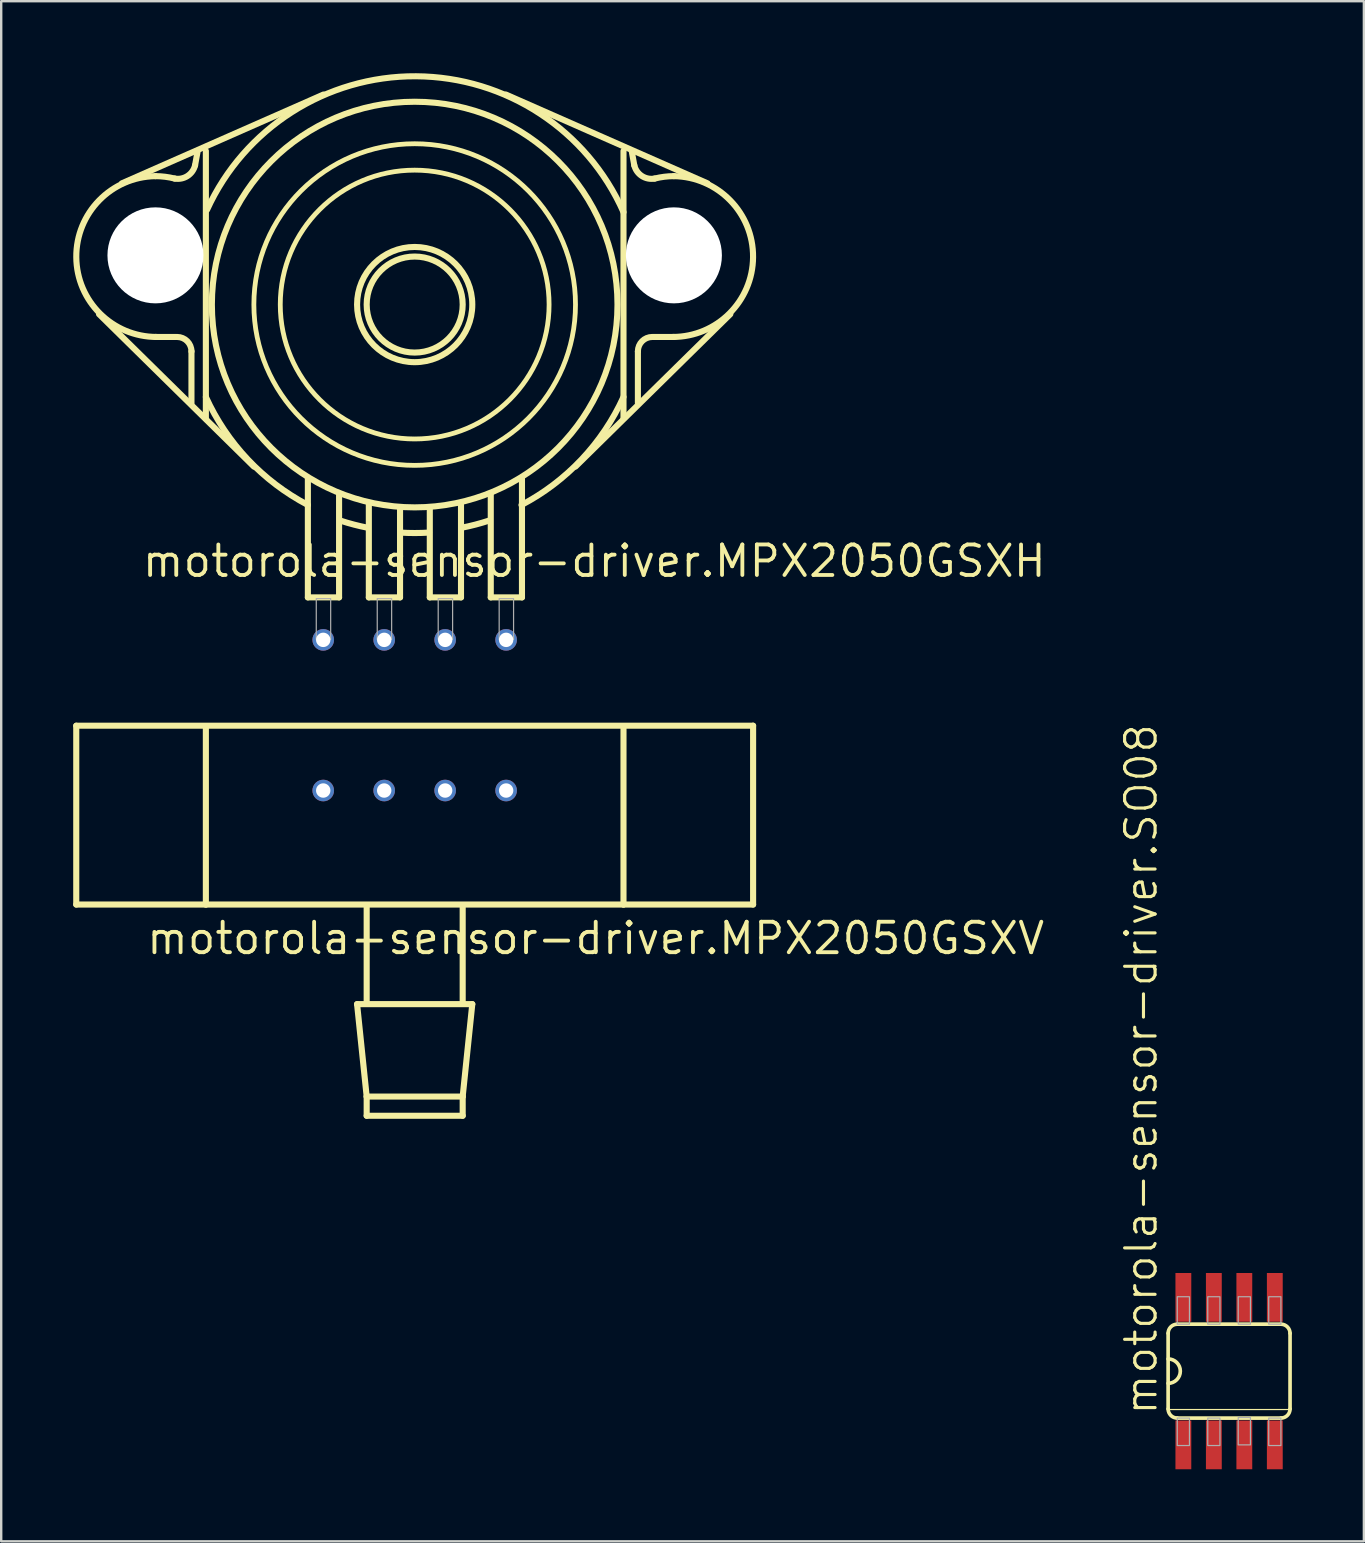
<source format=kicad_pcb>
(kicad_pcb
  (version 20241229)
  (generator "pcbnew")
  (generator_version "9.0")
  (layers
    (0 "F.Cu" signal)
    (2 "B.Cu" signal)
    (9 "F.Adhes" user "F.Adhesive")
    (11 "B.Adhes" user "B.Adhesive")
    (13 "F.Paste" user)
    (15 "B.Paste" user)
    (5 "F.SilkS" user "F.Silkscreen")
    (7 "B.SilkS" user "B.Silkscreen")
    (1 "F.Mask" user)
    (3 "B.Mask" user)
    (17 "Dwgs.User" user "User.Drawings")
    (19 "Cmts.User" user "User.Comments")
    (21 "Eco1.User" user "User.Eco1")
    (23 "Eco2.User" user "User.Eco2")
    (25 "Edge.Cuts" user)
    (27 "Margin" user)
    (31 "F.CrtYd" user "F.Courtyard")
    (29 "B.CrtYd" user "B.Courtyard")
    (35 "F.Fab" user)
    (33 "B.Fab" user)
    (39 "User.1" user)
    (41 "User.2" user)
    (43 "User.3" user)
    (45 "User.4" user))
  (footprint "motorola-sensor-driver.SO08"
    (layer "F.Cu")
    (at 48.158 54.076)
    (property "Reference" "motorola-sensor-driver.SO08" (at -2.921 1.905 90) (layer "F.SilkS") (effects (font (size 1.27 1.27) (thickness 0.13)) (justify left bottom)))
    (attr smd)
    (fp_line (start -2.54 -1.575) (end -2.54 1.575) (stroke (width 0.152) (type default)) (layer "F.SilkS"))
    (fp_line (start -2.54 1.6) (end 2.54 1.6) (stroke (width 0.051) (type default)) (layer "F.SilkS"))
    (fp_line (start -2.159 1.956) (end 2.159 1.956) (stroke (width 0.152) (type default)) (layer "F.SilkS"))
    (fp_line (start 2.159 -1.956) (end -2.159 -1.956) (stroke (width 0.152) (type default)) (layer "F.SilkS"))
    (fp_line (start 2.54 1.575) (end 2.54 -1.575) (stroke (width 0.152) (type default)) (layer "F.SilkS"))
    (fp_arc (start -2.54 -1.5748) (mid -2.428408 -1.844208) (end -2.159 -1.9558) (stroke (width 0.1524) (type default)) (layer "F.SilkS"))
    (fp_arc (start -2.54 -0.508) (mid -2.032 0) (end -2.54 0.508) (stroke (width 0.1524) (type default)) (layer "F.SilkS"))
    (fp_arc (start -2.159 1.9558) (mid -2.428408 1.844208) (end -2.54 1.5748) (stroke (width 0.1524) (type default)) (layer "F.SilkS"))
    (fp_arc (start 2.159 -1.9558) (mid 2.428408 -1.844208) (end 2.54 -1.5748) (stroke (width 0.1524) (type default)) (layer "F.SilkS"))
    (fp_arc (start 2.54 1.5748) (mid 2.428408 1.844208) (end 2.159 1.9558) (stroke (width 0.1524) (type default)) (layer "F.SilkS"))
    (fp_rect (start -2.159 -1.956) (end -1.651 -3.099) (stroke (width 0.05) (type default)) (fill no) (layer "F.Fab"))
    (fp_rect (start -2.159 3.099) (end -1.651 1.956) (stroke (width 0.05) (type default)) (fill no) (layer "F.Fab"))
    (fp_rect (start -0.889 -1.956) (end -0.381 -3.099) (stroke (width 0.05) (type default)) (fill no) (layer "F.Fab"))
    (fp_rect (start -0.889 3.099) (end -0.381 1.956) (stroke (width 0.05) (type default)) (fill no) (layer "F.Fab"))
    (fp_rect (start 0.381 -1.956) (end 0.889 -3.099) (stroke (width 0.05) (type default)) (fill no) (layer "F.Fab"))
    (fp_rect (start 0.381 3.073) (end 0.889 1.93) (stroke (width 0.05) (type default)) (fill no) (layer "F.Fab"))
    (fp_rect (start 1.651 -1.956) (end 2.159 -3.099) (stroke (width 0.05) (type default)) (fill no) (layer "F.Fab"))
    (fp_rect (start 1.651 3.099) (end 2.159 1.956) (stroke (width 0.05) (type default)) (fill no) (layer "F.Fab"))
    (pad "1" smd roundrect (at -1.905 3.073) (size 0.66 2.032) (layers "F.Cu" "F.Mask" "F.Paste") (roundrect_rratio 0.01))
    (pad "2" smd roundrect (at -0.635 3.073) (size 0.66 2.032) (layers "F.Cu" "F.Mask" "F.Paste") (roundrect_rratio 0.01))
    (pad "3" smd roundrect (at 0.635 3.073) (size 0.66 2.032) (layers "F.Cu" "F.Mask" "F.Paste") (roundrect_rratio 0.01))
    (pad "4" smd roundrect (at 1.905 3.073) (size 0.66 2.032) (layers "F.Cu" "F.Mask" "F.Paste") (roundrect_rratio 0.01))
    (pad "5" smd roundrect (at 1.905 -3.073) (size 0.66 2.032) (layers "F.Cu" "F.Mask" "F.Paste") (roundrect_rratio 0.01))
    (pad "6" smd roundrect (at 0.635 -3.073) (size 0.66 2.032) (layers "F.Cu" "F.Mask" "F.Paste") (roundrect_rratio 0.01))
    (pad "7" smd roundrect (at -0.635 -3.073) (size 0.66 2.032) (layers "F.Cu" "F.Mask" "F.Paste") (roundrect_rratio 0.01))
    (pad "8" smd roundrect (at -1.905 -3.073) (size 0.66 2.032) (layers "F.Cu" "F.Mask" "F.Paste") (roundrect_rratio 0.01)))
  (footprint "motorola-sensor-driver.MPX2050GSXV"
    (layer "F.Cu")
    (at 14.227 29.886)
    (property "Reference" "motorola-sensor-driver.MPX2050GSXV" (at -11.25 6.9 0) (layer "F.SilkS") (effects (font (size 1.27 1.27) (thickness 0.16)) (justify left bottom)))
    (attr through_hole)
    (fp_line (start -14.1 -2.7) (end 14.1 -2.7) (stroke (width 0.254) (type default)) (layer "F.SilkS"))
    (fp_line (start -14.1 4.75) (end -14.1 -2.7) (stroke (width 0.254) (type default)) (layer "F.SilkS"))
    (fp_line (start -8.7 -2.65) (end -8.7 4.75) (stroke (width 0.254) (type default)) (layer "F.SilkS"))
    (fp_line (start -8.7 4.75) (end -14.1 4.75) (stroke (width 0.254) (type default)) (layer "F.SilkS"))
    (fp_line (start -2.4 8.9) (end 2.4 8.9) (stroke (width 0.254) (type default)) (layer "F.SilkS"))
    (fp_line (start -2 4.8) (end -2 8.8) (stroke (width 0.254) (type default)) (layer "F.SilkS"))
    (fp_line (start -2 12.75) (end -2.4 8.9) (stroke (width 0.254) (type default)) (layer "F.SilkS"))
    (fp_line (start -2 12.75) (end 2 12.75) (stroke (width 0.254) (type default)) (layer "F.SilkS"))
    (fp_line (start -2 13.55) (end -2 12.75) (stroke (width 0.254) (type default)) (layer "F.SilkS"))
    (fp_line (start -2 13.55) (end 2 13.55) (stroke (width 0.254) (type default)) (layer "F.SilkS"))
    (fp_line (start 2 4.8) (end 2 8.85) (stroke (width 0.254) (type default)) (layer "F.SilkS"))
    (fp_line (start 2 12.75) (end 2.4 8.9) (stroke (width 0.254) (type default)) (layer "F.SilkS"))
    (fp_line (start 2 13.55) (end 2 12.75) (stroke (width 0.254) (type default)) (layer "F.SilkS"))
    (fp_line (start 8.7 -2.65) (end 8.7 4.75) (stroke (width 0.254) (type default)) (layer "F.SilkS"))
    (fp_line (start 8.7 4.75) (end -8.7 4.75) (stroke (width 0.254) (type default)) (layer "F.SilkS"))
    (fp_line (start 14.1 -2.7) (end 14.1 4.75) (stroke (width 0.254) (type default)) (layer "F.SilkS"))
    (fp_line (start 14.1 4.75) (end 8.7 4.75) (stroke (width 0.254) (type default)) (layer "F.SilkS"))
    (pad "1" thru_hole circle (at -3.81 0) (size 0.9 0.9) (drill 0.6) (layers "*.Cu" "*.Mask"))
    (pad "2" thru_hole circle (at -1.27 0) (size 0.9 0.9) (drill 0.6) (layers "*.Cu" "*.Mask"))
    (pad "3" thru_hole circle (at 1.27 0) (size 0.9 0.9) (drill 0.6) (layers "*.Cu" "*.Mask"))
    (pad "4" thru_hole circle (at 3.81 0) (size 0.9 0.9) (drill 0.6) (layers "*.Cu" "*.Mask")))
  (footprint "motorola-sensor-driver.MPX2050GSXH"
    (layer "F.Cu")
    (at 14.227 9.639)
    (property "Reference" "motorola-sensor-driver.MPX2050GSXH" (at -11.43 11.43 0) (layer "F.SilkS") (effects (font (size 1.27 1.27) (thickness 0.16)) (justify left bottom)))
    (attr through_hole)
    (fp_line (start -13.15 0.4) (end -6.7 6.75) (stroke (width 0.254) (type default)) (layer "F.SilkS"))
    (fp_line (start -12.2 -5.05) (end -3.8 -8.75) (stroke (width 0.254) (type default)) (layer "F.SilkS"))
    (fp_line (start -10.8 1.35) (end -9.95 1.35) (stroke (width 0.254) (type default)) (layer "F.SilkS"))
    (fp_line (start -9.3 1.95) (end -9.3 4.1) (stroke (width 0.254) (type default)) (layer "F.SilkS"))
    (fp_line (start -9.15 -5.8) (end -9.05 -6.35) (stroke (width 0.254) (type default)) (layer "F.SilkS"))
    (fp_line (start -8.7 -6.4) (end -8.7 4.75) (stroke (width 0.254) (type default)) (layer "F.SilkS"))
    (fp_line (start -4.45 12.2) (end -4.45 7.25) (stroke (width 0.254) (type default)) (layer "F.SilkS"))
    (fp_line (start -4.45 12.2) (end -3.15 12.2) (stroke (width 0.254) (type default)) (layer "F.SilkS"))
    (fp_line (start -3.15 12.2) (end -3.15 7.9) (stroke (width 0.254) (type default)) (layer "F.SilkS"))
    (fp_line (start -1.91 12.2) (end -1.91 8.3) (stroke (width 0.254) (type default)) (layer "F.SilkS"))
    (fp_line (start -1.91 12.2) (end -0.61 12.2) (stroke (width 0.254) (type default)) (layer "F.SilkS"))
    (fp_line (start -0.61 12.2) (end -0.61 8.55) (stroke (width 0.254) (type default)) (layer "F.SilkS"))
    (fp_line (start 0.63 12.2) (end 0.63 8.5) (stroke (width 0.254) (type default)) (layer "F.SilkS"))
    (fp_line (start 0.63 12.2) (end 1.93 12.2) (stroke (width 0.254) (type default)) (layer "F.SilkS"))
    (fp_line (start 1.93 12.2) (end 1.93 8.3) (stroke (width 0.254) (type default)) (layer "F.SilkS"))
    (fp_line (start 3.17 12.2) (end 3.17 7.9) (stroke (width 0.254) (type default)) (layer "F.SilkS"))
    (fp_line (start 3.17 12.2) (end 4.47 12.2) (stroke (width 0.254) (type default)) (layer "F.SilkS"))
    (fp_line (start 4.47 12.2) (end 4.47 7.25) (stroke (width 0.254) (type default)) (layer "F.SilkS"))
    (fp_line (start 8.7 -6.4) (end 8.7 4.75) (stroke (width 0.254) (type default)) (layer "F.SilkS"))
    (fp_line (start 9.15 -5.8) (end 9.05 -6.35) (stroke (width 0.254) (type default)) (layer "F.SilkS"))
    (fp_line (start 9.3 1.95) (end 9.3 4.1) (stroke (width 0.254) (type default)) (layer "F.SilkS"))
    (fp_line (start 10.8 1.35) (end 9.95 1.35) (stroke (width 0.254) (type default)) (layer "F.SilkS"))
    (fp_line (start 12.2 -5.05) (end 3.8 -8.75) (stroke (width 0.254) (type default)) (layer "F.SilkS"))
    (fp_line (start 13.15 0.4) (end 6.7 6.75) (stroke (width 0.254) (type default)) (layer "F.SilkS"))
    (fp_arc (start -10.8 -5.35) (mid -10.396981 -5.324154) (end -10 -5.25) (stroke (width 0.254) (type default)) (layer "F.SilkS"))
    (fp_arc (start -10.75 1.35) (mid -14.100095 -1.975186) (end -10.8 -5.35) (stroke (width 0.254) (type default)) (layer "F.SilkS"))
    (fp_arc (start -9.9 1.35) (mid -9.475736 1.525736) (end -9.3 1.95) (stroke (width 0.254) (type default)) (layer "F.SilkS"))
    (fp_arc (start -9.15 -5.8) (mid -9.465666 -5.356029) (end -10 -5.25) (stroke (width 0.254) (type default)) (layer "F.SilkS"))
    (fp_arc (start -8.65 -3.95) (mid 0.057342 -9.511342) (end 8.7 -3.85) (stroke (width 0.254) (type default)) (layer "F.SilkS"))
    (fp_arc (start -4.45 8.35) (mid -6.950677 6.454806) (end -8.7 3.85) (stroke (width 0.254) (type default)) (layer "F.SilkS"))
    (fp_arc (start -1.95 9.3) (mid -2.529708 9.168049) (end -3.1 9) (stroke (width 0.254) (type default)) (layer "F.SilkS"))
    (fp_arc (start 0.6 9.5) (mid 0 9.518929) (end -0.6 9.5) (stroke (width 0.254) (type default)) (layer "F.SilkS"))
    (fp_arc (start 3.1 9) (mid 2.529708 9.168049) (end 1.95 9.3) (stroke (width 0.254) (type default)) (layer "F.SilkS"))
    (fp_arc (start 8.7 3.85) (mid 6.950677 6.454806) (end 4.45 8.35) (stroke (width 0.254) (type default)) (layer "F.SilkS"))
    (fp_arc (start 9.3 1.95) (mid 9.475736 1.525736) (end 9.9 1.35) (stroke (width 0.254) (type default)) (layer "F.SilkS"))
    (fp_arc (start 10 -5.25) (mid 9.465666 -5.356029) (end 9.15 -5.8) (stroke (width 0.254) (type default)) (layer "F.SilkS"))
    (fp_arc (start 10 -5.25) (mid 10.396981 -5.324154) (end 10.8 -5.35) (stroke (width 0.254) (type default)) (layer "F.SilkS"))
    (fp_arc (start 10.8 -5.35) (mid 14.100094 -1.975186) (end 10.75 1.35) (stroke (width 0.254) (type default)) (layer "F.SilkS"))
    (fp_circle (center 0 0) (end 2 0) (stroke (width 0.254) (type default)) (fill no) (layer "F.SilkS"))
    (fp_circle (center 0 0) (end 2.4 0) (stroke (width 0.254) (type default)) (fill no) (layer "F.SilkS"))
    (fp_circle (center 0 0) (end 5.6 0) (stroke (width 0.2) (type default)) (fill no) (layer "F.SilkS"))
    (fp_circle (center 0 0) (end 6.7 0) (stroke (width 0.2) (type default)) (fill no) (layer "F.SilkS"))
    (fp_circle (center 0 0) (end 8.45 0) (stroke (width 0.254) (type default)) (fill no) (layer "F.SilkS"))
    (fp_rect (start -4.1 13.95) (end -3.5 12.25) (stroke (width 0.05) (type default)) (fill no) (layer "F.Fab"))
    (fp_rect (start -1.56 13.95) (end -0.96 12.25) (stroke (width 0.05) (type default)) (fill no) (layer "F.Fab"))
    (fp_rect (start 0.98 13.95) (end 1.58 12.25) (stroke (width 0.05) (type default)) (fill no) (layer "F.Fab"))
    (fp_rect (start 3.52 13.95) (end 4.12 12.25) (stroke (width 0.05) (type default)) (fill no) (layer "F.Fab"))
    (pad "" np_thru_hole circle (at -10.8 -2.05) (size 4 4) (drill 4) (layers "*.Cu" "*.Mask"))
    (pad "" np_thru_hole circle (at 10.8 -2.05) (size 4 4) (drill 4) (layers "*.Cu" "*.Mask"))
    (pad "1" thru_hole circle (at -3.81 13.97) (size 0.9 0.9) (drill 0.6) (layers "*.Cu" "*.Mask"))
    (pad "2" thru_hole circle (at -1.27 13.97) (size 0.9 0.9) (drill 0.6) (layers "*.Cu" "*.Mask"))
    (pad "3" thru_hole circle (at 1.27 13.97) (size 0.9 0.9) (drill 0.6) (layers "*.Cu" "*.Mask"))
    (pad "4" thru_hole circle (at 3.81 13.97) (size 0.9 0.9) (drill 0.6) (layers "*.Cu" "*.Mask")))
  (gr_rect
    (start -3 -3)
    (end 53.774 61.166)
    (stroke (width 0.1) (type default))
    (fill no)
    (layer "Edge.Cuts")))
</source>
